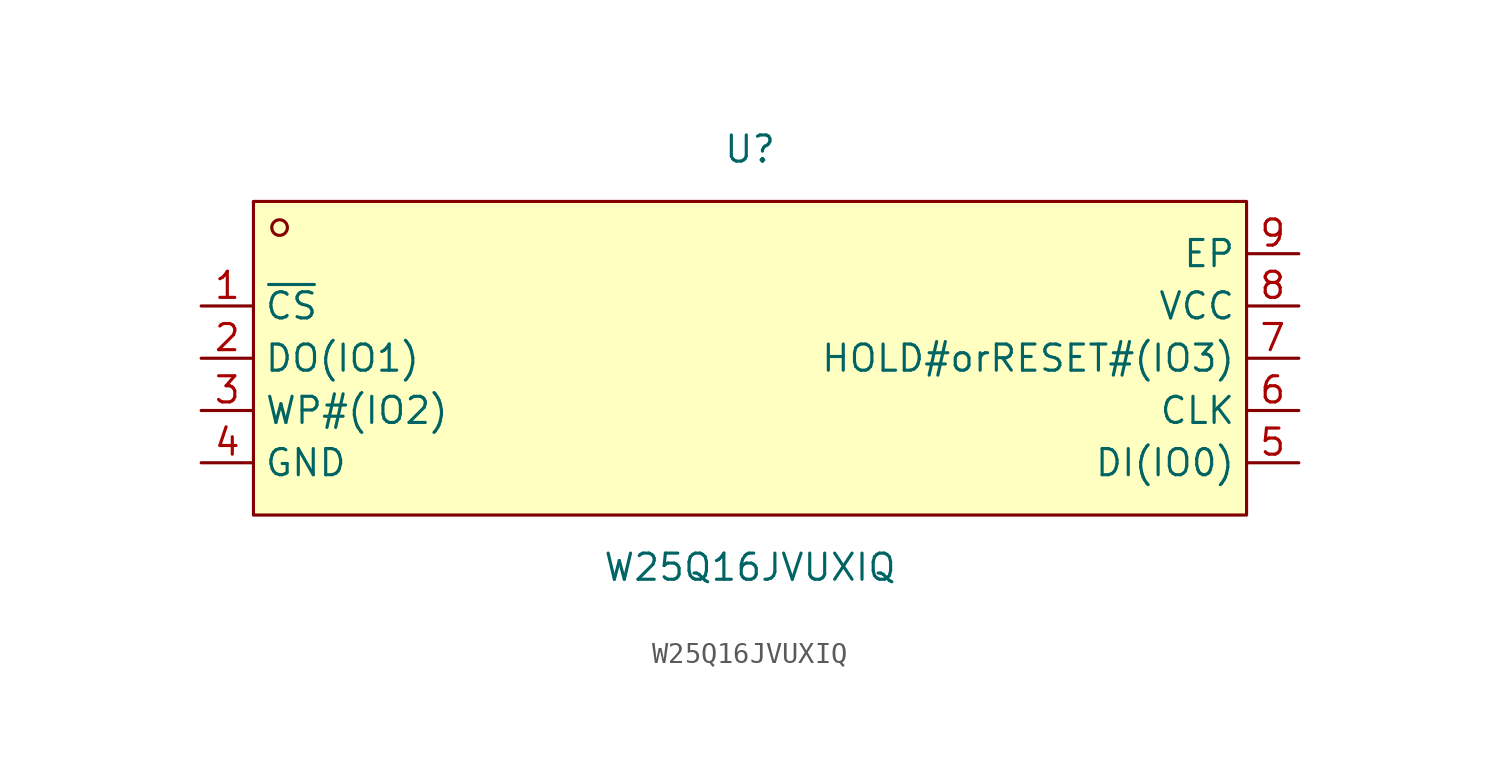
<source format=kicad_sym>
(kicad_symbol_lib
  (version 20211014)
  (generator https://github.com/uPesy/easyeda2kicad.py)
  (symbol "W25Q16JVUXIQ"
    (property "Reference" "U"
      (at 0 11.43 0)
      (effects (font (size 1.27 1.27))))
    (property "Value" "W25Q16JVUXIQ"
      (at 0 -8.89 0)
      (effects (font (size 1.27 1.27))))
    (symbol "W25Q16JVUXIQ_0_1"
      (rectangle (start -24.13 8.89) (end 24.13 -6.35) (stroke (width 0) (type default) (color 0 0 0 0)) (fill (type background)))
      (circle (center -22.86 7.62) (radius 0.38) (stroke (width 0) (type default) (color 0 0 0 0)) (fill (type none)))
      (pin unspecified line (at -26.67 3.81 0) (length 2.54) (name "~{CS}" (effects (font (size 1.27 1.27)))) (number "1" (effects (font (size 1.27 1.27)))))
      (pin unspecified line (at -26.67 1.27 0) (length 2.54) (name "DO(IO1)" (effects (font (size 1.27 1.27)))) (number "2" (effects (font (size 1.27 1.27)))))
      (pin unspecified line (at -26.67 -1.27 0) (length 2.54) (name "WP#(IO2)" (effects (font (size 1.27 1.27)))) (number "3" (effects (font (size 1.27 1.27)))))
      (pin unspecified line (at -26.67 -3.81 0) (length 2.54) (name "GND" (effects (font (size 1.27 1.27)))) (number "4" (effects (font (size 1.27 1.27)))))
      (pin unspecified line (at 26.67 -3.81 180) (length 2.54) (name "DI(IO0)" (effects (font (size 1.27 1.27)))) (number "5" (effects (font (size 1.27 1.27)))))
      (pin unspecified line (at 26.67 -1.27 180) (length 2.54) (name "CLK" (effects (font (size 1.27 1.27)))) (number "6" (effects (font (size 1.27 1.27)))))
      (pin unspecified line (at 26.67 1.27 180) (length 2.54) (name "HOLD#orRESET#(IO3)" (effects (font (size 1.27 1.27)))) (number "7" (effects (font (size 1.27 1.27)))))
      (pin unspecified line (at 26.67 3.81 180) (length 2.54) (name "VCC" (effects (font (size 1.27 1.27)))) (number "8" (effects (font (size 1.27 1.27)))))
      (pin unspecified line (at 26.67 6.35 180) (length 2.54) (name "EP" (effects (font (size 1.27 1.27)))) (number "9" (effects (font (size 1.27 1.27))))))))
</source>
